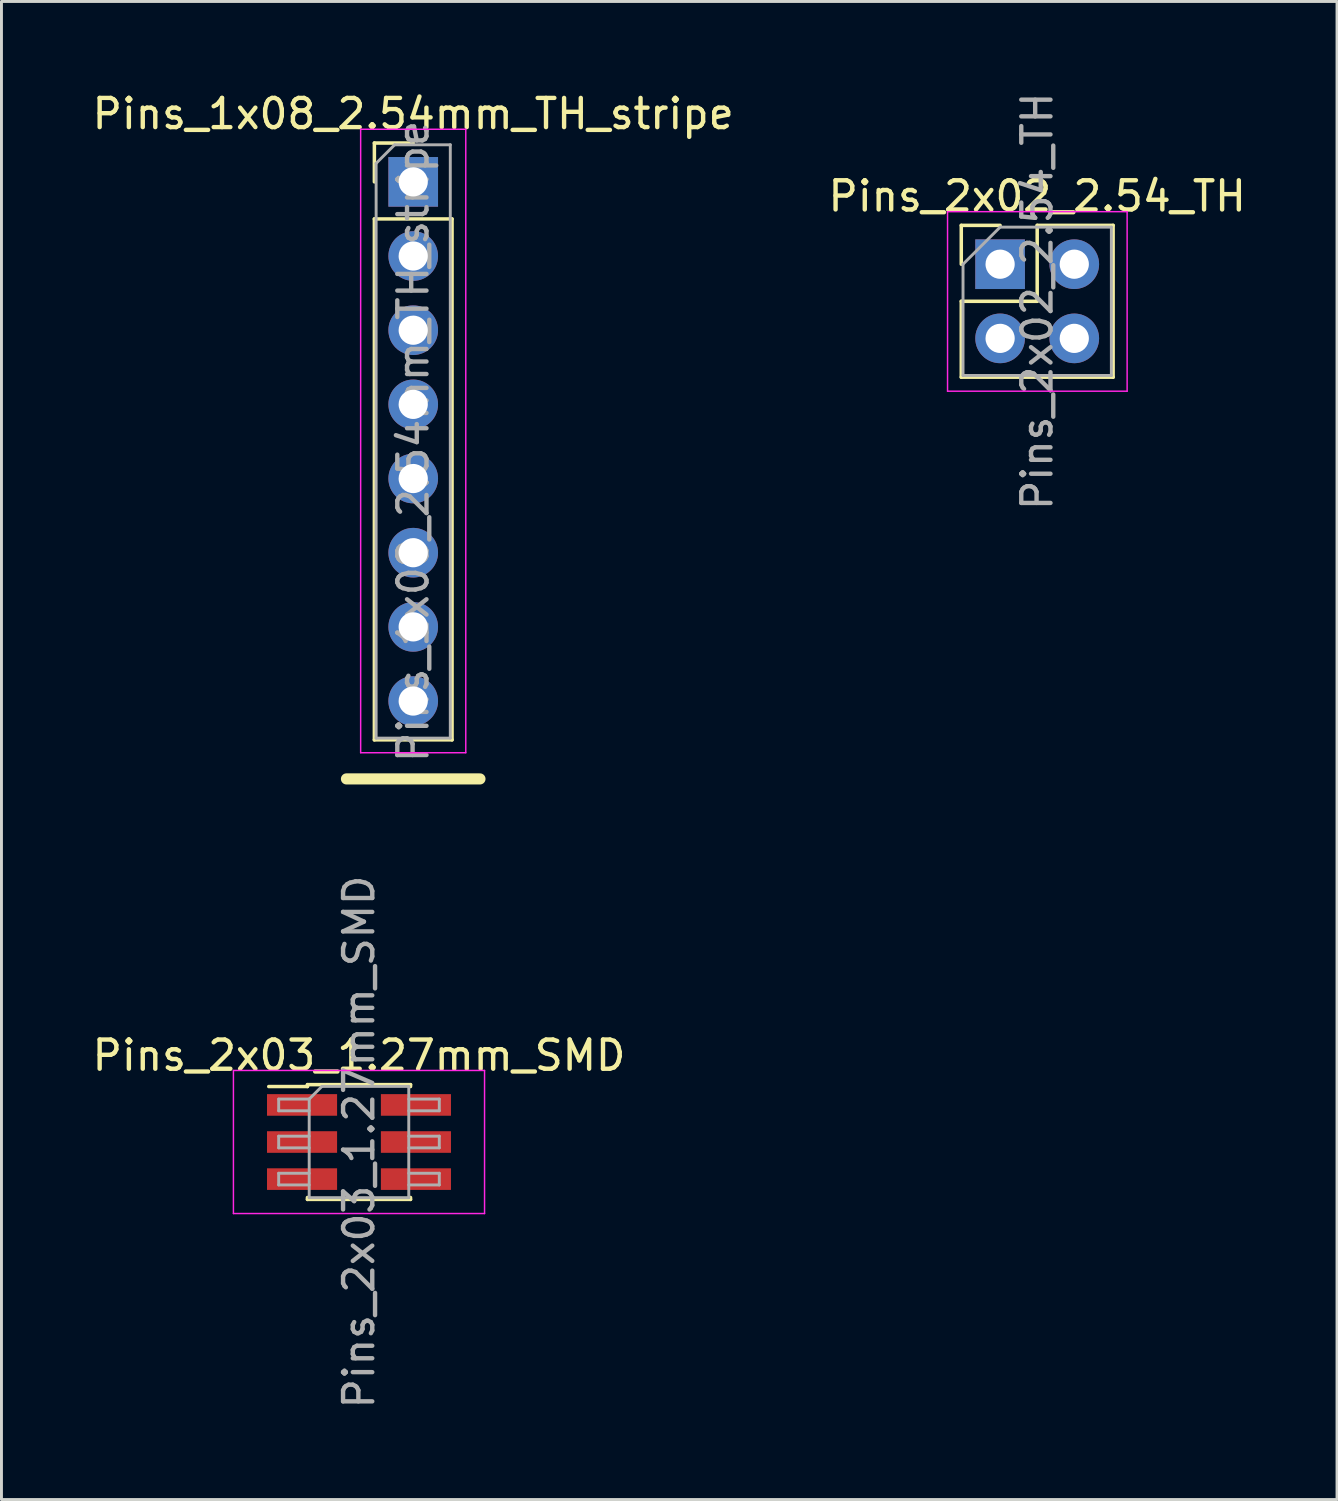
<source format=kicad_pcb>
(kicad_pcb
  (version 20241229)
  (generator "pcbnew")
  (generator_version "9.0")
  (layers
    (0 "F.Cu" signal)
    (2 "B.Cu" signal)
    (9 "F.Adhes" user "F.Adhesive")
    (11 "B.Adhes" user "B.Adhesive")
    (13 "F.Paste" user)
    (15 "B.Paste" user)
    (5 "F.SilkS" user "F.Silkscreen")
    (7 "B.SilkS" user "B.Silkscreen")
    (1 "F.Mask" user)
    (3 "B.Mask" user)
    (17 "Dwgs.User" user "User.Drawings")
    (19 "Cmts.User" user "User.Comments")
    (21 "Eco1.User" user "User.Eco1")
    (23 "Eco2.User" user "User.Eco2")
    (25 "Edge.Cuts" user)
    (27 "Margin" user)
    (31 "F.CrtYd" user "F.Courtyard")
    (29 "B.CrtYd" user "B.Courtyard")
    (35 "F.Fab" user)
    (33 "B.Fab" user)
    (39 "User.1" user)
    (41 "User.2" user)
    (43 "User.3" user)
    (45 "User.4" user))
  (footprint "Pins_2x03_1.27mm_SMD"
    (layer "F.Cu")
    (at 9.244 36.06)
    (property "Reference" "Pins_2x03_1.27mm_SMD" (at 0 -2.965 0) (layer "F.SilkS") (effects (font (size 1 1) (thickness 0.15))))
    (attr smd)
    (fp_line (start -3.09 -1.9) (end -1.765 -1.9) (stroke (width 0.12) (type solid)) (layer "F.SilkS"))
    (fp_line (start -1.765 -1.965) (end -1.765 -1.9) (stroke (width 0.12) (type solid)) (layer "F.SilkS"))
    (fp_line (start -1.765 -1.965) (end 1.765 -1.965) (stroke (width 0.12) (type solid)) (layer "F.SilkS"))
    (fp_line (start -1.765 1.9) (end -1.765 1.965) (stroke (width 0.12) (type solid)) (layer "F.SilkS"))
    (fp_line (start -1.765 1.965) (end 1.765 1.965) (stroke (width 0.12) (type solid)) (layer "F.SilkS"))
    (fp_line (start 1.765 -1.965) (end 1.765 -1.9) (stroke (width 0.12) (type solid)) (layer "F.SilkS"))
    (fp_line (start 1.765 1.9) (end 1.765 1.965) (stroke (width 0.12) (type solid)) (layer "F.SilkS"))
    (fp_line (start -4.3 -2.45) (end -4.3 2.45) (stroke (width 0.05) (type solid)) (layer "F.CrtYd"))
    (fp_line (start -4.3 2.45) (end 4.3 2.45) (stroke (width 0.05) (type solid)) (layer "F.CrtYd"))
    (fp_line (start 4.3 -2.45) (end -4.3 -2.45) (stroke (width 0.05) (type solid)) (layer "F.CrtYd"))
    (fp_line (start 4.3 2.45) (end 4.3 -2.45) (stroke (width 0.05) (type solid)) (layer "F.CrtYd"))
    (fp_line (start -2.75 -1.47) (end -2.75 -1.07) (stroke (width 0.1) (type solid)) (layer "F.Fab"))
    (fp_line (start -2.75 -1.07) (end -1.705 -1.07) (stroke (width 0.1) (type solid)) (layer "F.Fab"))
    (fp_line (start -2.75 -0.2) (end -2.75 0.2) (stroke (width 0.1) (type solid)) (layer "F.Fab"))
    (fp_line (start -2.75 0.2) (end -1.705 0.2) (stroke (width 0.1) (type solid)) (layer "F.Fab"))
    (fp_line (start -2.75 1.07) (end -2.75 1.47) (stroke (width 0.1) (type solid)) (layer "F.Fab"))
    (fp_line (start -2.75 1.47) (end -1.705 1.47) (stroke (width 0.1) (type solid)) (layer "F.Fab"))
    (fp_line (start -1.705 -1.47) (end -2.75 -1.47) (stroke (width 0.1) (type solid)) (layer "F.Fab"))
    (fp_line (start -1.705 -1.47) (end -1.27 -1.905) (stroke (width 0.1) (type solid)) (layer "F.Fab"))
    (fp_line (start -1.705 -0.2) (end -2.75 -0.2) (stroke (width 0.1) (type solid)) (layer "F.Fab"))
    (fp_line (start -1.705 1.07) (end -2.75 1.07) (stroke (width 0.1) (type solid)) (layer "F.Fab"))
    (fp_line (start -1.705 1.905) (end -1.705 -1.47) (stroke (width 0.1) (type solid)) (layer "F.Fab"))
    (fp_line (start -1.27 -1.905) (end 1.705 -1.905) (stroke (width 0.1) (type solid)) (layer "F.Fab"))
    (fp_line (start 1.705 -1.905) (end 1.705 1.905) (stroke (width 0.1) (type solid)) (layer "F.Fab"))
    (fp_line (start 1.705 -1.47) (end 2.75 -1.47) (stroke (width 0.1) (type solid)) (layer "F.Fab"))
    (fp_line (start 1.705 -0.2) (end 2.75 -0.2) (stroke (width 0.1) (type solid)) (layer "F.Fab"))
    (fp_line (start 1.705 1.07) (end 2.75 1.07) (stroke (width 0.1) (type solid)) (layer "F.Fab"))
    (fp_line (start 1.705 1.905) (end -1.705 1.905) (stroke (width 0.1) (type solid)) (layer "F.Fab"))
    (fp_line (start 2.75 -1.47) (end 2.75 -1.07) (stroke (width 0.1) (type solid)) (layer "F.Fab"))
    (fp_line (start 2.75 -1.07) (end 1.705 -1.07) (stroke (width 0.1) (type solid)) (layer "F.Fab"))
    (fp_line (start 2.75 -0.2) (end 2.75 0.2) (stroke (width 0.1) (type solid)) (layer "F.Fab"))
    (fp_line (start 2.75 0.2) (end 1.705 0.2) (stroke (width 0.1) (type solid)) (layer "F.Fab"))
    (fp_line (start 2.75 1.07) (end 2.75 1.47) (stroke (width 0.1) (type solid)) (layer "F.Fab"))
    (fp_line (start 2.75 1.47) (end 1.705 1.47) (stroke (width 0.1) (type solid)) (layer "F.Fab"))
    (fp_text user "${REFERENCE}" (at 0 0 90) (layer "F.Fab") (effects (font (size 1 1) (thickness 0.15))))
    (pad "1" smd rect (at -1.95 -1.27) (size 2.4 0.74) (layers "F.Cu" "F.Mask" "F.Paste"))
    (pad "2" smd rect (at 1.95 -1.27) (size 2.4 0.74) (layers "F.Cu" "F.Mask" "F.Paste"))
    (pad "3" smd rect (at -1.95 0) (size 2.4 0.74) (layers "F.Cu" "F.Mask" "F.Paste"))
    (pad "4" smd rect (at 1.95 0) (size 2.4 0.74) (layers "F.Cu" "F.Mask" "F.Paste"))
    (pad "5" smd rect (at -1.95 1.27) (size 2.4 0.74) (layers "F.Cu" "F.Mask" "F.Paste"))
    (pad "6" smd rect (at 1.95 1.27) (size 2.4 0.74) (layers "F.Cu" "F.Mask" "F.Paste")))
  (footprint "Pins_1x08_2.54mm_TH_stripe"
    (layer "F.Cu")
    (at 11.101 3.178)
    (property "Reference" "Pins_1x08_2.54mm_TH_stripe" (at 0 -2.33 0) (layer "F.SilkS") (effects (font (size 1 1) (thickness 0.15))))
    (attr through_hole)
    (fp_line (start -2.286 20.447) (end 2.286 20.447) (stroke (width 0.381) (type solid)) (layer "F.SilkS"))
    (fp_line (start -1.33 -1.33) (end 0 -1.33) (stroke (width 0.12) (type solid)) (layer "F.SilkS"))
    (fp_line (start -1.33 0) (end -1.33 -1.33) (stroke (width 0.12) (type solid)) (layer "F.SilkS"))
    (fp_line (start -1.33 1.27) (end -1.33 19.11) (stroke (width 0.12) (type solid)) (layer "F.SilkS"))
    (fp_line (start -1.33 1.27) (end 1.33 1.27) (stroke (width 0.12) (type solid)) (layer "F.SilkS"))
    (fp_line (start -1.33 19.11) (end 1.33 19.11) (stroke (width 0.12) (type solid)) (layer "F.SilkS"))
    (fp_line (start 1.33 1.27) (end 1.33 19.11) (stroke (width 0.12) (type solid)) (layer "F.SilkS"))
    (fp_line (start -1.8 -1.8) (end -1.8 19.55) (stroke (width 0.05) (type solid)) (layer "F.CrtYd"))
    (fp_line (start -1.8 19.55) (end 1.8 19.55) (stroke (width 0.05) (type solid)) (layer "F.CrtYd"))
    (fp_line (start 1.8 -1.8) (end -1.8 -1.8) (stroke (width 0.05) (type solid)) (layer "F.CrtYd"))
    (fp_line (start 1.8 19.55) (end 1.8 -1.8) (stroke (width 0.05) (type solid)) (layer "F.CrtYd"))
    (fp_line (start -1.27 -0.635) (end -0.635 -1.27) (stroke (width 0.1) (type solid)) (layer "F.Fab"))
    (fp_line (start -1.27 19.05) (end -1.27 -0.635) (stroke (width 0.1) (type solid)) (layer "F.Fab"))
    (fp_line (start -0.635 -1.27) (end 1.27 -1.27) (stroke (width 0.1) (type solid)) (layer "F.Fab"))
    (fp_line (start 1.27 -1.27) (end 1.27 19.05) (stroke (width 0.1) (type solid)) (layer "F.Fab"))
    (fp_line (start 1.27 19.05) (end -1.27 19.05) (stroke (width 0.1) (type solid)) (layer "F.Fab"))
    (fp_text user "${REFERENCE}" (at 0 8.89 90) (layer "F.Fab") (effects (font (size 1 1) (thickness 0.15))))
    (pad "1" thru_hole rect (at 0 0) (size 1.7 1.7) (drill 1) (layers "*.Cu" "*.Mask"))
    (pad "2" thru_hole oval (at 0 2.54) (size 1.7 1.7) (drill 1) (layers "*.Cu" "*.Mask"))
    (pad "3" thru_hole oval (at 0 5.08) (size 1.7 1.7) (drill 1) (layers "*.Cu" "*.Mask"))
    (pad "4" thru_hole oval (at 0 7.62) (size 1.7 1.7) (drill 1) (layers "*.Cu" "*.Mask"))
    (pad "5" thru_hole oval (at 0 10.16) (size 1.7 1.7) (drill 1) (layers "*.Cu" "*.Mask"))
    (pad "6" thru_hole oval (at 0 12.7) (size 1.7 1.7) (drill 1) (layers "*.Cu" "*.Mask"))
    (pad "7" thru_hole oval (at 0 15.24) (size 1.7 1.7) (drill 1) (layers "*.Cu" "*.Mask"))
    (pad "8" thru_hole oval (at 0 17.78) (size 1.7 1.7) (drill 1) (layers "*.Cu" "*.Mask")))
  (footprint "Pins_2x02_2.54_TH"
    (layer "F.Cu")
    (at 31.2 5.998)
    (property "Reference" "Pins_2x02_2.54_TH" (at 1.27 -2.33 0) (layer "F.SilkS") (effects (font (size 1 1) (thickness 0.15))))
    (attr through_hole)
    (fp_line (start -1.33 -1.33) (end 0 -1.33) (stroke (width 0.12) (type solid)) (layer "F.SilkS"))
    (fp_line (start -1.33 0) (end -1.33 -1.33) (stroke (width 0.12) (type solid)) (layer "F.SilkS"))
    (fp_line (start -1.33 1.27) (end -1.33 3.87) (stroke (width 0.12) (type solid)) (layer "F.SilkS"))
    (fp_line (start -1.33 1.27) (end 1.27 1.27) (stroke (width 0.12) (type solid)) (layer "F.SilkS"))
    (fp_line (start -1.33 3.87) (end 3.87 3.87) (stroke (width 0.12) (type solid)) (layer "F.SilkS"))
    (fp_line (start 1.27 -1.33) (end 3.87 -1.33) (stroke (width 0.12) (type solid)) (layer "F.SilkS"))
    (fp_line (start 1.27 1.27) (end 1.27 -1.33) (stroke (width 0.12) (type solid)) (layer "F.SilkS"))
    (fp_line (start 3.87 -1.33) (end 3.87 3.87) (stroke (width 0.12) (type solid)) (layer "F.SilkS"))
    (fp_line (start -1.8 -1.8) (end -1.8 4.35) (stroke (width 0.05) (type solid)) (layer "F.CrtYd"))
    (fp_line (start -1.8 4.35) (end 4.35 4.35) (stroke (width 0.05) (type solid)) (layer "F.CrtYd"))
    (fp_line (start 4.35 -1.8) (end -1.8 -1.8) (stroke (width 0.05) (type solid)) (layer "F.CrtYd"))
    (fp_line (start 4.35 4.35) (end 4.35 -1.8) (stroke (width 0.05) (type solid)) (layer "F.CrtYd"))
    (fp_line (start -1.27 0) (end 0 -1.27) (stroke (width 0.1) (type solid)) (layer "F.Fab"))
    (fp_line (start -1.27 3.81) (end -1.27 0) (stroke (width 0.1) (type solid)) (layer "F.Fab"))
    (fp_line (start 0 -1.27) (end 3.81 -1.27) (stroke (width 0.1) (type solid)) (layer "F.Fab"))
    (fp_line (start 3.81 -1.27) (end 3.81 3.81) (stroke (width 0.1) (type solid)) (layer "F.Fab"))
    (fp_line (start 3.81 3.81) (end -1.27 3.81) (stroke (width 0.1) (type solid)) (layer "F.Fab"))
    (fp_text user "${REFERENCE}" (at 1.27 1.27 90) (layer "F.Fab") (effects (font (size 1 1) (thickness 0.15))))
    (pad "1" thru_hole rect (at 0 0) (size 1.7 1.7) (drill 1) (layers "*.Cu" "*.Mask"))
    (pad "2" thru_hole oval (at 2.54 0) (size 1.7 1.7) (drill 1) (layers "*.Cu" "*.Mask"))
    (pad "3" thru_hole oval (at 0 2.54) (size 1.7 1.7) (drill 1) (layers "*.Cu" "*.Mask"))
    (pad "4" thru_hole oval (at 2.54 2.54) (size 1.7 1.7) (drill 1) (layers "*.Cu" "*.Mask")))
  (gr_rect
    (start -3 -3)
    (end 42.738 48.304)
    (stroke (width 0.1) (type default))
    (fill no)
    (layer "Edge.Cuts")))
</source>
